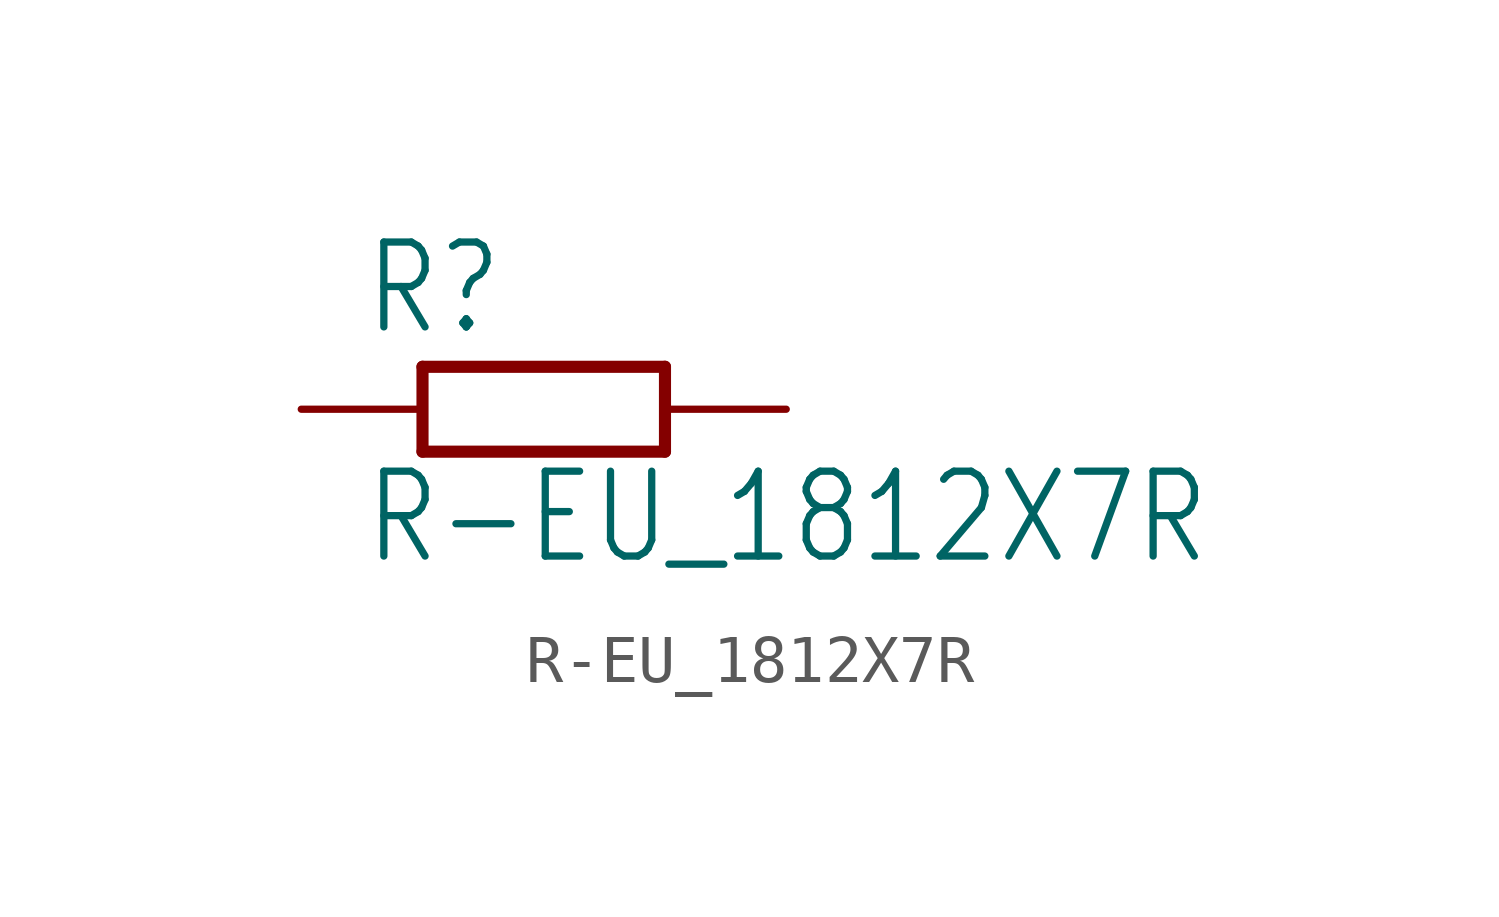
<source format=kicad_sym>
(kicad_symbol_lib
  (version 20231120)
  (generator "kicad_symbol_editor")
  (generator_version "8.0")
  (symbol "R-EU_1812X7R"
    (property "Reference" "R"
      (at -3.81 1.499 0)
      (effects (font (size 1.778 1.511)) (justify left bottom)))
    (property "Value" "R-EU_1812X7R"
      (at -3.81 -3.302 0)
      (effects (font (size 1.778 1.511)) (justify left bottom)))
    (property "ki_locked" ""
      (at 0 0 0)
      (effects (font (size 1.27 1.27))))
    (symbol "R-EU_1812X7R_1_0"
      (polyline (pts (xy -2.54 -0.889) (xy -2.54 0.889)) (stroke (width 0.254) (type default)) (fill (type none)))
      (polyline (pts (xy -2.54 -0.889) (xy 2.54 -0.889)) (stroke (width 0.254) (type default)) (fill (type none)))
      (polyline (pts (xy 2.54 -0.889) (xy 2.54 0.889)) (stroke (width 0.254) (type default)) (fill (type none)))
      (polyline (pts (xy 2.54 0.889) (xy -2.54 0.889)) (stroke (width 0.254) (type default)) (fill (type none)))
      (pin passive line (at -5.08 0 0) (length 2.54) (name "1" (effects (font (size 0 0)))) (number "1" (effects (font (size 0 0)))))
      (pin passive line (at 5.08 0 180) (length 2.54) (name "2" (effects (font (size 0 0)))) (number "2" (effects (font (size 0 0))))))))
</source>
